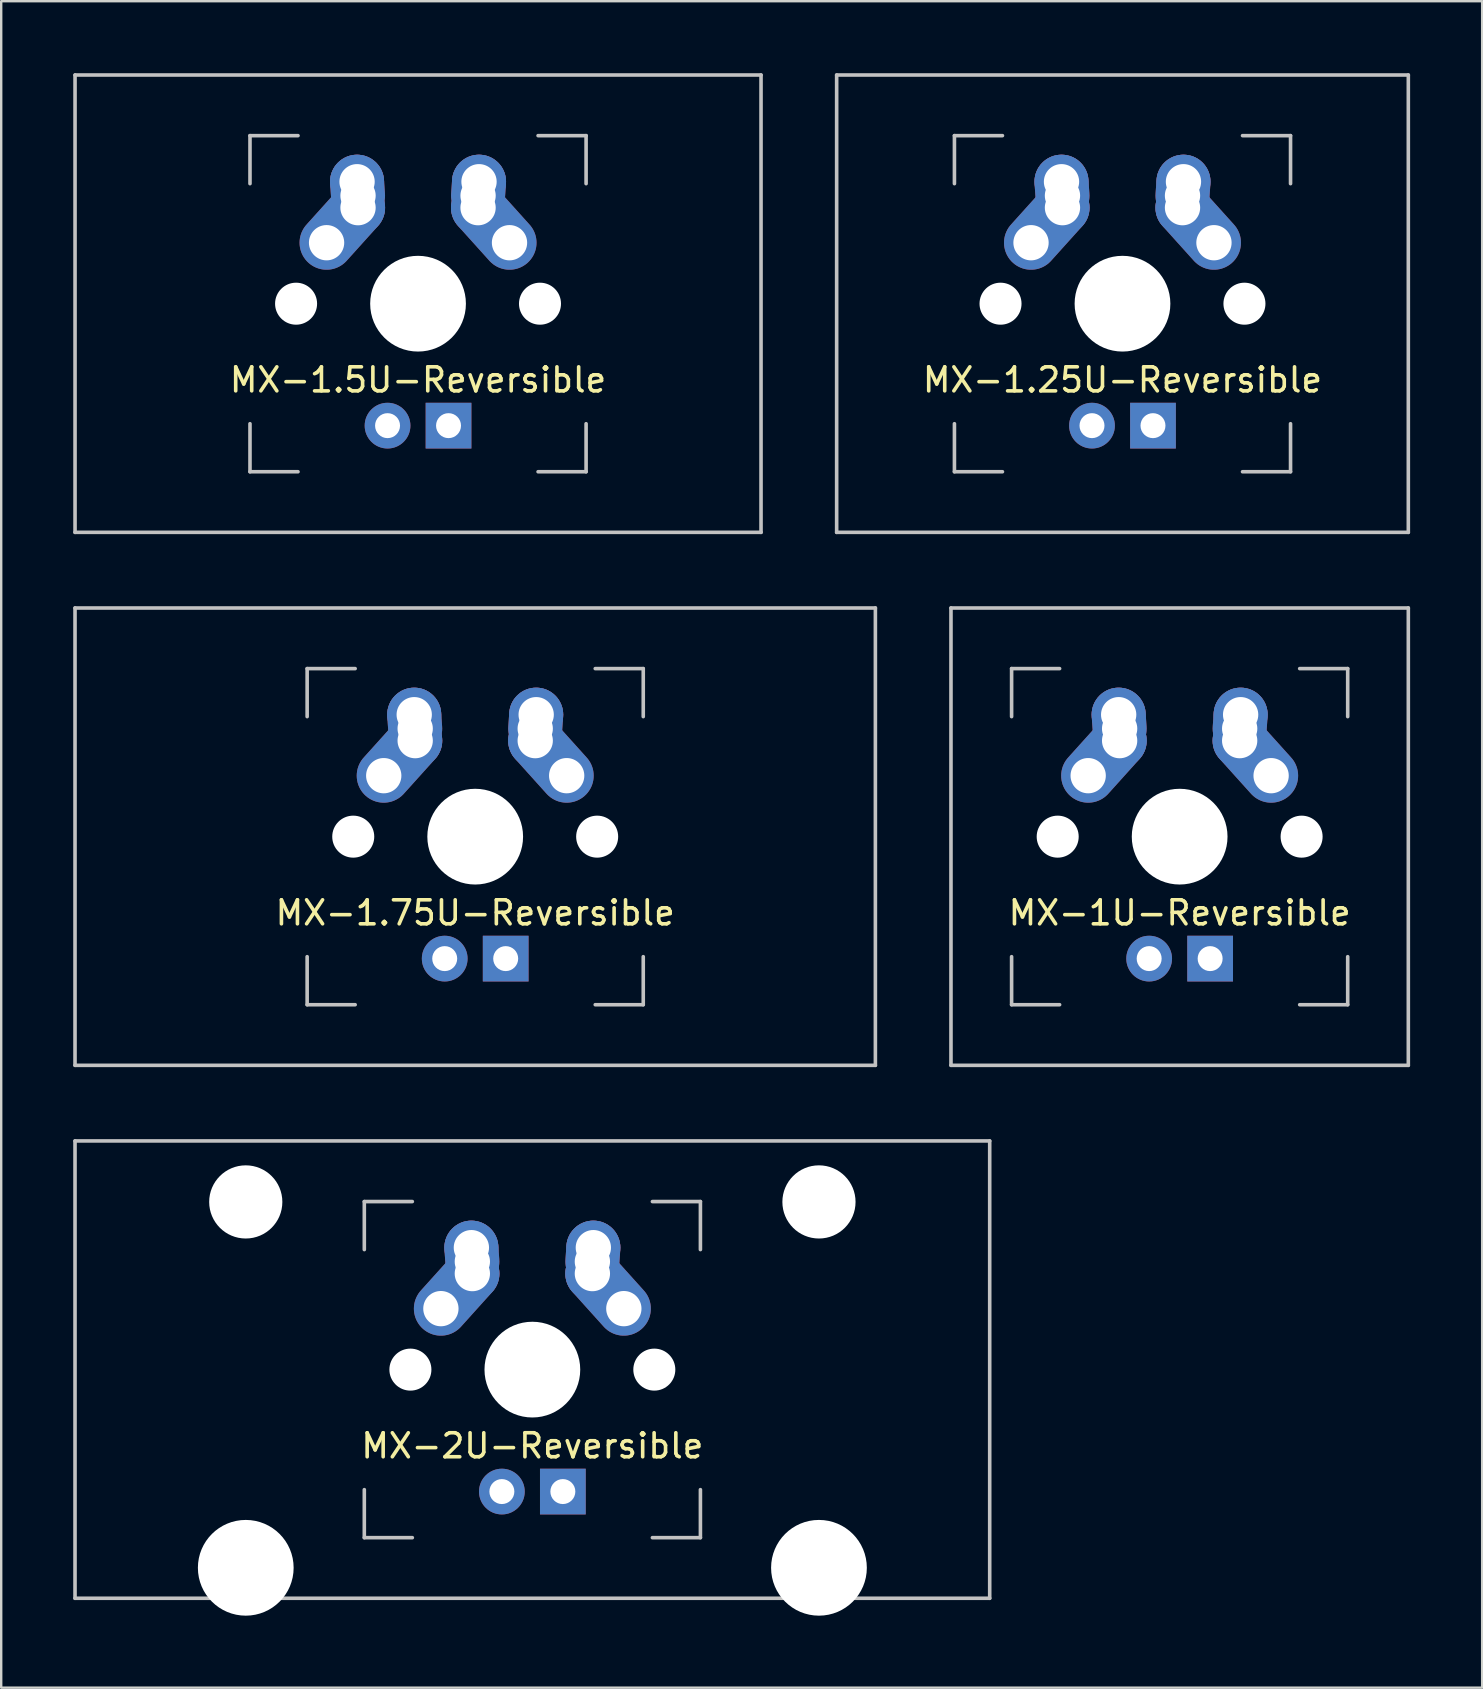
<source format=kicad_pcb>
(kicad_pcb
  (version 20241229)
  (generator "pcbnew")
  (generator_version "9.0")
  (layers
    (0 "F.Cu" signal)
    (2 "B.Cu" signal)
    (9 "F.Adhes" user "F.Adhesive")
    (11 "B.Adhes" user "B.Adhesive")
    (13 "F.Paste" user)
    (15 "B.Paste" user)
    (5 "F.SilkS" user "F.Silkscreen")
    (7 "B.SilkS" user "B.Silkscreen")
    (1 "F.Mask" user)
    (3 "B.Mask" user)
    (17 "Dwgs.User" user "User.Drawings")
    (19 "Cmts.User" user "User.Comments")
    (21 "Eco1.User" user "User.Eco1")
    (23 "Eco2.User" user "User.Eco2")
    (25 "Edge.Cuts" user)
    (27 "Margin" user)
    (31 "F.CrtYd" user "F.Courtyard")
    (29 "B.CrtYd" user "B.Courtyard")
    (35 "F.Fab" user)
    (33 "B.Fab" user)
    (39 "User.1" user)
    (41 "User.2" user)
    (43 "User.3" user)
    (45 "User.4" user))
  (footprint "MX-1.5U-Reversible"
    (layer "F.Cu")
    (at 14.363 9.6)
    (property "Reference" "MX-1.5U-Reversible" (at 0 3.175 0) (layer "F.SilkS") (effects (font (size 1 1) (thickness 0.15))))
    (attr through_hole)
    (fp_line (start -14.287 -9.525) (end 14.287 -9.525) (stroke (width 0.15) (type solid)) (layer "Dwgs.User"))
    (fp_line (start -14.287 9.525) (end -14.287 -9.525) (stroke (width 0.15) (type solid)) (layer "Dwgs.User"))
    (fp_line (start -7 -7) (end -7 -5) (stroke (width 0.15) (type solid)) (layer "Dwgs.User"))
    (fp_line (start -7 5) (end -7 7) (stroke (width 0.15) (type solid)) (layer "Dwgs.User"))
    (fp_line (start -7 7) (end -5 7) (stroke (width 0.15) (type solid)) (layer "Dwgs.User"))
    (fp_line (start -5 -7) (end -7 -7) (stroke (width 0.15) (type solid)) (layer "Dwgs.User"))
    (fp_line (start 5 -7) (end 7 -7) (stroke (width 0.15) (type solid)) (layer "Dwgs.User"))
    (fp_line (start 5 7) (end 7 7) (stroke (width 0.15) (type solid)) (layer "Dwgs.User"))
    (fp_line (start 7 -7) (end 7 -5) (stroke (width 0.15) (type solid)) (layer "Dwgs.User"))
    (fp_line (start 7 7) (end 7 5) (stroke (width 0.15) (type solid)) (layer "Dwgs.User"))
    (fp_line (start 14.287 -9.525) (end 14.287 9.525) (stroke (width 0.15) (type solid)) (layer "Dwgs.User"))
    (fp_line (start 14.287 9.525) (end -14.287 9.525) (stroke (width 0.15) (type solid)) (layer "Dwgs.User"))
    (pad "" np_thru_hole circle (at -5.08 0 48.1) (size 1.75 1.75) (drill 1.75) (layers "*.Cu" "*.Mask"))
    (pad "" np_thru_hole circle (at 0 0) (size 3.988 3.988) (drill 3.988) (layers "*.Cu" "*.Mask"))
    (pad "" np_thru_hole circle (at 5.08 0 48.1) (size 1.75 1.75) (drill 1.75) (layers "*.Cu" "*.Mask"))
    (pad "1" thru_hole oval (at -3.81 -2.54 48) (size 4.212 2.25) (drill 1.47 (offset 0.981 0)) (layers "*.Cu" "*.Mask"))
    (pad "1" thru_hole circle (at -2.54 -5.08) (size 2.25 2.25) (drill 1.47) (layers "*.Cu" "*.Mask"))
    (pad "1" thru_hole oval (at -2.5 -4.5 274) (size 2.831 2.25) (drill 1.47 (offset -0.291 0)) (layers "*.Cu" "*.Mask"))
    (pad "1" thru_hole circle (at -2.5 -4) (size 2.25 2.25) (drill 1.47) (layers "*.Cu" "*.Mask"))
    (pad "2" thru_hole oval (at 2.5 -4.5 86) (size 2.831 2.25) (drill 1.47 (offset 0.291 0)) (layers "*.Cu" "*.Mask"))
    (pad "2" thru_hole circle (at 2.5 -4) (size 2.25 2.25) (drill 1.47) (layers "*.Cu" "*.Mask"))
    (pad "2" thru_hole circle (at 2.54 -5.08) (size 2.25 2.25) (drill 1.47) (layers "*.Cu" "*.Mask"))
    (pad "2" thru_hole oval (at 3.81 -2.54 312) (size 4.212 2.25) (drill 1.47 (offset -0.981 0)) (layers "*.Cu" "*.Mask"))
    (pad "3" thru_hole circle (at -1.27 5.08) (size 1.905 1.905) (drill 1.04) (layers "*.Cu" "*.Mask"))
    (pad "4" thru_hole rect (at 1.27 5.08) (size 1.905 1.905) (drill 1.04) (layers "*.Cu" "*.Mask")))
  (footprint "MX-1U-Reversible"
    (layer "F.Cu")
    (at 46.087 31.8)
    (property "Reference" "MX-1U-Reversible" (at 0 3.175 0) (layer "F.SilkS") (effects (font (size 1 1) (thickness 0.15))))
    (attr through_hole)
    (fp_line (start -9.525 -9.525) (end 9.525 -9.525) (stroke (width 0.15) (type solid)) (layer "Dwgs.User"))
    (fp_line (start -9.525 9.525) (end -9.525 -9.525) (stroke (width 0.15) (type solid)) (layer "Dwgs.User"))
    (fp_line (start -7 -7) (end -7 -5) (stroke (width 0.15) (type solid)) (layer "Dwgs.User"))
    (fp_line (start -7 5) (end -7 7) (stroke (width 0.15) (type solid)) (layer "Dwgs.User"))
    (fp_line (start -7 7) (end -5 7) (stroke (width 0.15) (type solid)) (layer "Dwgs.User"))
    (fp_line (start -5 -7) (end -7 -7) (stroke (width 0.15) (type solid)) (layer "Dwgs.User"))
    (fp_line (start 5 -7) (end 7 -7) (stroke (width 0.15) (type solid)) (layer "Dwgs.User"))
    (fp_line (start 5 7) (end 7 7) (stroke (width 0.15) (type solid)) (layer "Dwgs.User"))
    (fp_line (start 7 -7) (end 7 -5) (stroke (width 0.15) (type solid)) (layer "Dwgs.User"))
    (fp_line (start 7 7) (end 7 5) (stroke (width 0.15) (type solid)) (layer "Dwgs.User"))
    (fp_line (start 9.525 -9.525) (end 9.525 9.525) (stroke (width 0.15) (type solid)) (layer "Dwgs.User"))
    (fp_line (start 9.525 9.525) (end -9.525 9.525) (stroke (width 0.15) (type solid)) (layer "Dwgs.User"))
    (pad "" np_thru_hole circle (at -5.08 0 48.1) (size 1.75 1.75) (drill 1.75) (layers "*.Cu" "*.Mask"))
    (pad "" np_thru_hole circle (at 0 0) (size 3.988 3.988) (drill 3.988) (layers "*.Cu" "*.Mask"))
    (pad "" np_thru_hole circle (at 5.08 0 48.1) (size 1.75 1.75) (drill 1.75) (layers "*.Cu" "*.Mask"))
    (pad "1" thru_hole oval (at -3.81 -2.54 48) (size 4.212 2.25) (drill 1.47 (offset 0.981 0)) (layers "*.Cu" "*.Mask"))
    (pad "1" thru_hole circle (at -2.54 -5.08) (size 2.25 2.25) (drill 1.47) (layers "*.Cu" "*.Mask"))
    (pad "1" thru_hole oval (at -2.5 -4.5 274) (size 2.831 2.25) (drill 1.47 (offset -0.291 0)) (layers "*.Cu" "*.Mask"))
    (pad "1" thru_hole circle (at -2.5 -4) (size 2.25 2.25) (drill 1.47) (layers "*.Cu" "*.Mask"))
    (pad "2" thru_hole oval (at 2.5 -4.5 86) (size 2.831 2.25) (drill 1.47 (offset 0.291 0)) (layers "*.Cu" "*.Mask"))
    (pad "2" thru_hole circle (at 2.5 -4) (size 2.25 2.25) (drill 1.47) (layers "*.Cu" "*.Mask"))
    (pad "2" thru_hole circle (at 2.54 -5.08) (size 2.25 2.25) (drill 1.47) (layers "*.Cu" "*.Mask"))
    (pad "2" thru_hole oval (at 3.81 -2.54 312) (size 4.212 2.25) (drill 1.47 (offset -0.981 0)) (layers "*.Cu" "*.Mask"))
    (pad "3" thru_hole circle (at -1.27 5.08) (size 1.905 1.905) (drill 1.04) (layers "*.Cu" "*.Mask"))
    (pad "4" thru_hole rect (at 1.27 5.08) (size 1.905 1.905) (drill 1.04) (layers "*.Cu" "*.Mask")))
  (footprint "MX-1.75U-Reversible"
    (layer "F.Cu")
    (at 16.744 31.8)
    (property "Reference" "MX-1.75U-Reversible" (at 0 3.175 0) (layer "F.SilkS") (effects (font (size 1 1) (thickness 0.15))))
    (attr through_hole)
    (fp_line (start -16.669 -9.525) (end 16.669 -9.525) (stroke (width 0.15) (type solid)) (layer "Dwgs.User"))
    (fp_line (start -16.669 9.525) (end -16.669 -9.525) (stroke (width 0.15) (type solid)) (layer "Dwgs.User"))
    (fp_line (start -7 -7) (end -7 -5) (stroke (width 0.15) (type solid)) (layer "Dwgs.User"))
    (fp_line (start -7 5) (end -7 7) (stroke (width 0.15) (type solid)) (layer "Dwgs.User"))
    (fp_line (start -7 7) (end -5 7) (stroke (width 0.15) (type solid)) (layer "Dwgs.User"))
    (fp_line (start -5 -7) (end -7 -7) (stroke (width 0.15) (type solid)) (layer "Dwgs.User"))
    (fp_line (start 5 -7) (end 7 -7) (stroke (width 0.15) (type solid)) (layer "Dwgs.User"))
    (fp_line (start 5 7) (end 7 7) (stroke (width 0.15) (type solid)) (layer "Dwgs.User"))
    (fp_line (start 7 -7) (end 7 -5) (stroke (width 0.15) (type solid)) (layer "Dwgs.User"))
    (fp_line (start 7 7) (end 7 5) (stroke (width 0.15) (type solid)) (layer "Dwgs.User"))
    (fp_line (start 16.669 -9.525) (end 16.669 9.525) (stroke (width 0.15) (type solid)) (layer "Dwgs.User"))
    (fp_line (start 16.669 9.525) (end -16.669 9.525) (stroke (width 0.15) (type solid)) (layer "Dwgs.User"))
    (pad "" np_thru_hole circle (at -5.08 0 48.1) (size 1.75 1.75) (drill 1.75) (layers "*.Cu" "*.Mask"))
    (pad "" np_thru_hole circle (at 0 0) (size 3.988 3.988) (drill 3.988) (layers "*.Cu" "*.Mask"))
    (pad "" np_thru_hole circle (at 5.08 0 48.1) (size 1.75 1.75) (drill 1.75) (layers "*.Cu" "*.Mask"))
    (pad "1" thru_hole oval (at -3.81 -2.54 48) (size 4.212 2.25) (drill 1.47 (offset 0.981 0)) (layers "*.Cu" "*.Mask"))
    (pad "1" thru_hole circle (at -2.54 -5.08) (size 2.25 2.25) (drill 1.47) (layers "*.Cu" "*.Mask"))
    (pad "1" thru_hole oval (at -2.5 -4.5 274) (size 2.831 2.25) (drill 1.47 (offset -0.291 0)) (layers "*.Cu" "*.Mask"))
    (pad "1" thru_hole circle (at -2.5 -4) (size 2.25 2.25) (drill 1.47) (layers "*.Cu" "*.Mask"))
    (pad "2" thru_hole oval (at 2.5 -4.5 86) (size 2.831 2.25) (drill 1.47 (offset 0.291 0)) (layers "*.Cu" "*.Mask"))
    (pad "2" thru_hole circle (at 2.5 -4) (size 2.25 2.25) (drill 1.47) (layers "*.Cu" "*.Mask"))
    (pad "2" thru_hole circle (at 2.54 -5.08) (size 2.25 2.25) (drill 1.47) (layers "*.Cu" "*.Mask"))
    (pad "2" thru_hole oval (at 3.81 -2.54 312) (size 4.212 2.25) (drill 1.47 (offset -0.981 0)) (layers "*.Cu" "*.Mask"))
    (pad "3" thru_hole circle (at -1.27 5.08) (size 1.905 1.905) (drill 1.04) (layers "*.Cu" "*.Mask"))
    (pad "4" thru_hole rect (at 1.27 5.08) (size 1.905 1.905) (drill 1.04) (layers "*.Cu" "*.Mask")))
  (footprint "MX-1.25U-Reversible"
    (layer "F.Cu")
    (at 43.706 9.6)
    (property "Reference" "MX-1.25U-Reversible" (at 0 3.175 0) (layer "F.SilkS") (effects (font (size 1 1) (thickness 0.15))))
    (attr through_hole)
    (fp_line (start -11.906 -9.525) (end 11.906 -9.525) (stroke (width 0.15) (type solid)) (layer "Dwgs.User"))
    (fp_line (start -11.906 9.525) (end -11.906 -9.525) (stroke (width 0.15) (type solid)) (layer "Dwgs.User"))
    (fp_line (start -7 -7) (end -7 -5) (stroke (width 0.15) (type solid)) (layer "Dwgs.User"))
    (fp_line (start -7 5) (end -7 7) (stroke (width 0.15) (type solid)) (layer "Dwgs.User"))
    (fp_line (start -7 7) (end -5 7) (stroke (width 0.15) (type solid)) (layer "Dwgs.User"))
    (fp_line (start -5 -7) (end -7 -7) (stroke (width 0.15) (type solid)) (layer "Dwgs.User"))
    (fp_line (start 5 -7) (end 7 -7) (stroke (width 0.15) (type solid)) (layer "Dwgs.User"))
    (fp_line (start 5 7) (end 7 7) (stroke (width 0.15) (type solid)) (layer "Dwgs.User"))
    (fp_line (start 7 -7) (end 7 -5) (stroke (width 0.15) (type solid)) (layer "Dwgs.User"))
    (fp_line (start 7 7) (end 7 5) (stroke (width 0.15) (type solid)) (layer "Dwgs.User"))
    (fp_line (start 11.906 -9.525) (end 11.906 9.525) (stroke (width 0.15) (type solid)) (layer "Dwgs.User"))
    (fp_line (start 11.906 9.525) (end -11.906 9.525) (stroke (width 0.15) (type solid)) (layer "Dwgs.User"))
    (pad "" np_thru_hole circle (at -5.08 0 48.1) (size 1.75 1.75) (drill 1.75) (layers "*.Cu" "*.Mask"))
    (pad "" np_thru_hole circle (at 0 0) (size 3.988 3.988) (drill 3.988) (layers "*.Cu" "*.Mask"))
    (pad "" np_thru_hole circle (at 5.08 0 48.1) (size 1.75 1.75) (drill 1.75) (layers "*.Cu" "*.Mask"))
    (pad "1" thru_hole oval (at -3.81 -2.54 48) (size 4.212 2.25) (drill 1.47 (offset 0.981 0)) (layers "*.Cu" "*.Mask"))
    (pad "1" thru_hole circle (at -2.54 -5.08) (size 2.25 2.25) (drill 1.47) (layers "*.Cu" "*.Mask"))
    (pad "1" thru_hole oval (at -2.5 -4.5 274) (size 2.831 2.25) (drill 1.47 (offset -0.291 0)) (layers "*.Cu" "*.Mask"))
    (pad "1" thru_hole circle (at -2.5 -4) (size 2.25 2.25) (drill 1.47) (layers "*.Cu" "*.Mask"))
    (pad "2" thru_hole oval (at 2.5 -4.5 86) (size 2.831 2.25) (drill 1.47 (offset 0.291 0)) (layers "*.Cu" "*.Mask"))
    (pad "2" thru_hole circle (at 2.5 -4) (size 2.25 2.25) (drill 1.47) (layers "*.Cu" "*.Mask"))
    (pad "2" thru_hole circle (at 2.54 -5.08) (size 2.25 2.25) (drill 1.47) (layers "*.Cu" "*.Mask"))
    (pad "2" thru_hole oval (at 3.81 -2.54 312) (size 4.212 2.25) (drill 1.47 (offset -0.981 0)) (layers "*.Cu" "*.Mask"))
    (pad "3" thru_hole circle (at -1.27 5.08) (size 1.905 1.905) (drill 1.04) (layers "*.Cu" "*.Mask"))
    (pad "4" thru_hole rect (at 1.27 5.08) (size 1.905 1.905) (drill 1.04) (layers "*.Cu" "*.Mask")))
  (footprint "MX-2U-Reversible"
    (layer "F.Cu")
    (at 19.125 54)
    (property "Reference" "MX-2U-Reversible" (at 0 3.175 0) (layer "F.SilkS") (effects (font (size 1 1) (thickness 0.15))))
    (attr through_hole)
    (fp_line (start -19.05 -9.525) (end 19.05 -9.525) (stroke (width 0.15) (type solid)) (layer "Dwgs.User"))
    (fp_line (start -19.05 9.525) (end -19.05 -9.525) (stroke (width 0.15) (type solid)) (layer "Dwgs.User"))
    (fp_line (start -19.05 9.525) (end 19.05 9.525) (stroke (width 0.15) (type solid)) (layer "Dwgs.User"))
    (fp_line (start -7 -7) (end -7 -5) (stroke (width 0.15) (type solid)) (layer "Dwgs.User"))
    (fp_line (start -7 5) (end -7 7) (stroke (width 0.15) (type solid)) (layer "Dwgs.User"))
    (fp_line (start -7 7) (end -5 7) (stroke (width 0.15) (type solid)) (layer "Dwgs.User"))
    (fp_line (start -5 -7) (end -7 -7) (stroke (width 0.15) (type solid)) (layer "Dwgs.User"))
    (fp_line (start 5 -7) (end 7 -7) (stroke (width 0.15) (type solid)) (layer "Dwgs.User"))
    (fp_line (start 5 7) (end 7 7) (stroke (width 0.15) (type solid)) (layer "Dwgs.User"))
    (fp_line (start 7 -7) (end 7 -5) (stroke (width 0.15) (type solid)) (layer "Dwgs.User"))
    (fp_line (start 7 7) (end 7 5) (stroke (width 0.15) (type solid)) (layer "Dwgs.User"))
    (fp_line (start 19.05 -9.525) (end 19.05 9.525) (stroke (width 0.15) (type solid)) (layer "Dwgs.User"))
    (pad "" np_thru_hole circle (at -11.938 -6.985) (size 3.048 3.048) (drill 3.048) (layers "*.Cu" "*.Mask"))
    (pad "" np_thru_hole circle (at -11.938 8.255) (size 3.988 3.988) (drill 3.988) (layers "*.Cu" "*.Mask"))
    (pad "" np_thru_hole circle (at -5.08 0 48.1) (size 1.75 1.75) (drill 1.75) (layers "*.Cu" "*.Mask"))
    (pad "" np_thru_hole circle (at 0 0) (size 3.988 3.988) (drill 3.988) (layers "*.Cu" "*.Mask"))
    (pad "" np_thru_hole circle (at 5.08 0 48.1) (size 1.75 1.75) (drill 1.75) (layers "*.Cu" "*.Mask"))
    (pad "" np_thru_hole circle (at 11.938 -6.985) (size 3.048 3.048) (drill 3.048) (layers "*.Cu" "*.Mask"))
    (pad "" np_thru_hole circle (at 11.938 8.255) (size 3.988 3.988) (drill 3.988) (layers "*.Cu" "*.Mask"))
    (pad "1" thru_hole oval (at -3.81 -2.54 48) (size 4.212 2.25) (drill 1.47 (offset 0.981 0)) (layers "*.Cu" "*.Mask"))
    (pad "1" thru_hole circle (at -2.54 -5.08) (size 2.25 2.25) (drill 1.47) (layers "*.Cu" "*.Mask"))
    (pad "1" thru_hole oval (at -2.5 -4.5 274) (size 2.831 2.25) (drill 1.47 (offset -0.291 0)) (layers "*.Cu" "*.Mask"))
    (pad "1" thru_hole circle (at -2.5 -4) (size 2.25 2.25) (drill 1.47) (layers "*.Cu" "*.Mask"))
    (pad "2" thru_hole oval (at 2.5 -4.5 86) (size 2.831 2.25) (drill 1.47 (offset 0.291 0)) (layers "*.Cu" "*.Mask"))
    (pad "2" thru_hole circle (at 2.5 -4) (size 2.25 2.25) (drill 1.47) (layers "*.Cu" "*.Mask"))
    (pad "2" thru_hole circle (at 2.54 -5.08) (size 2.25 2.25) (drill 1.47) (layers "*.Cu" "*.Mask"))
    (pad "2" thru_hole oval (at 3.81 -2.54 312) (size 4.212 2.25) (drill 1.47 (offset -0.981 0)) (layers "*.Cu" "*.Mask"))
    (pad "3" thru_hole circle (at -1.27 5.08) (size 1.905 1.905) (drill 1.04) (layers "*.Cu" "*.Mask"))
    (pad "4" thru_hole rect (at 1.27 5.08) (size 1.905 1.905) (drill 1.04) (layers "*.Cu" "*.Mask")))
  (gr_rect
    (start -3 -3)
    (end 58.688 67.249)
    (stroke (width 0.1) (type default))
    (fill no)
    (layer "Edge.Cuts")))
</source>
